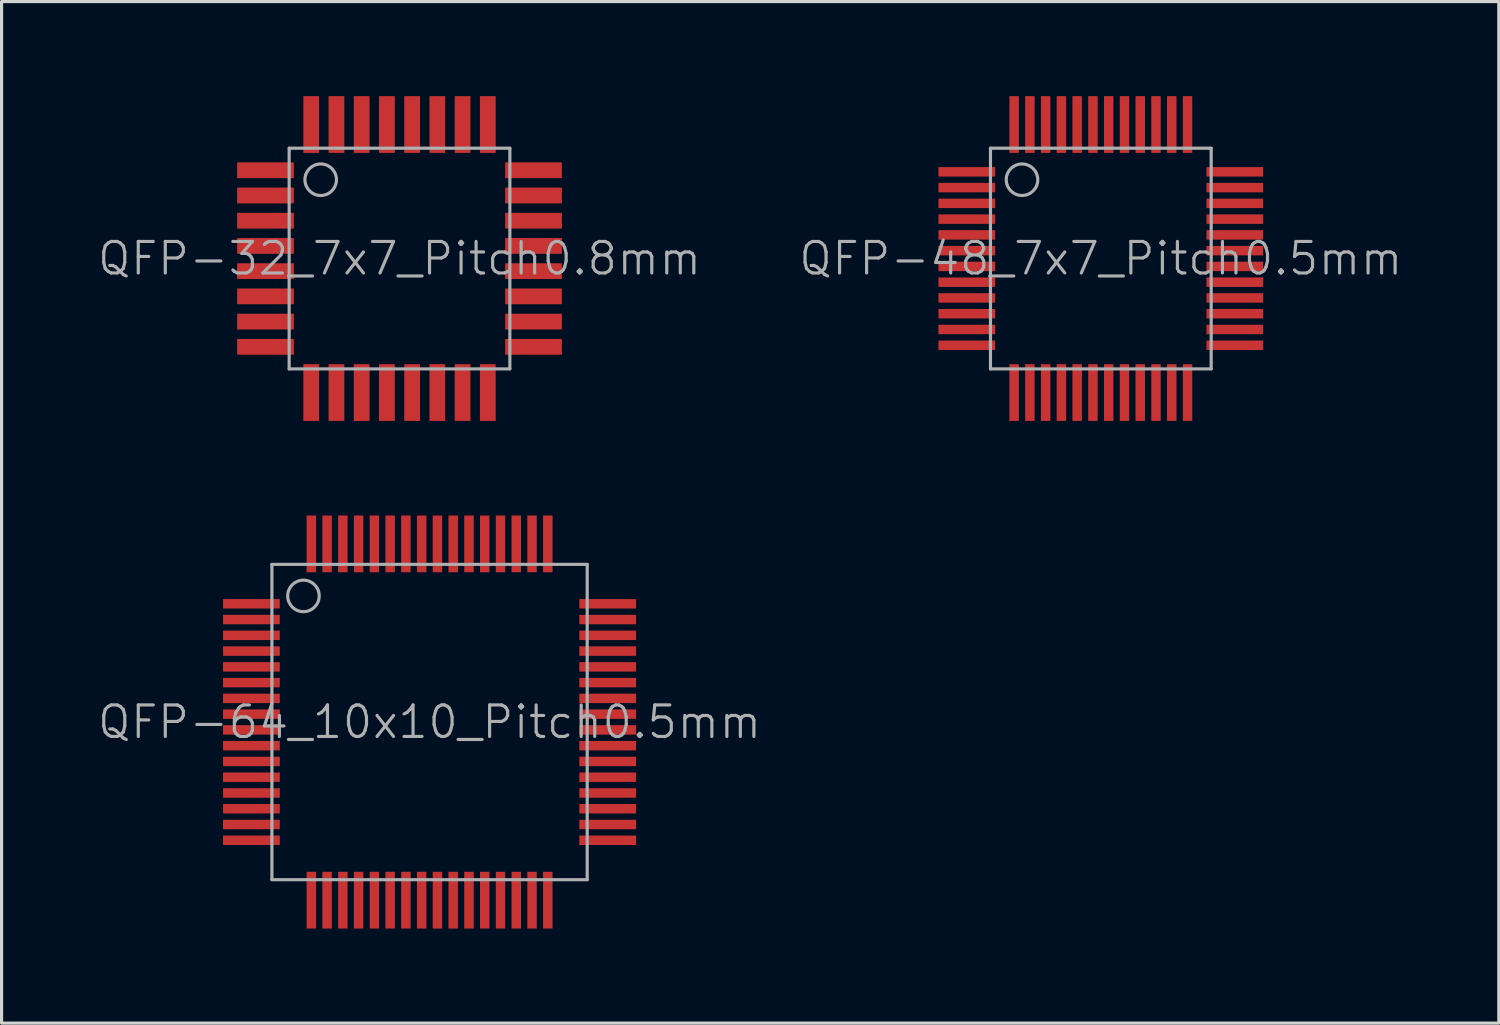
<source format=kicad_pcb>
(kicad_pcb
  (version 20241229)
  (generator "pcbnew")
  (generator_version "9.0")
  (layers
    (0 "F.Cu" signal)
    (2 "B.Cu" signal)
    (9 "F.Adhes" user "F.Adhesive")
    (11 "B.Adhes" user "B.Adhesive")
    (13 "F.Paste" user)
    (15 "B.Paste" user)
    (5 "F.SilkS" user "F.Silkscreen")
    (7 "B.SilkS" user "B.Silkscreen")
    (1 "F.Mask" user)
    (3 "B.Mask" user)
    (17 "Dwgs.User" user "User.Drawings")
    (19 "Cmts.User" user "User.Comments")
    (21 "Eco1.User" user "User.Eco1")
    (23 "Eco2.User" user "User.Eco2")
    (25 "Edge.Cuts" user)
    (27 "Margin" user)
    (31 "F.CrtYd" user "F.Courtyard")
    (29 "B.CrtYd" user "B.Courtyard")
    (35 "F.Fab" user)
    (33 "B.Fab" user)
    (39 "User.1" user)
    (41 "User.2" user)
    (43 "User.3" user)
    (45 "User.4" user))
  (footprint "QFP-32_7x7_Pitch0.8mm"
    (layer "F.Cu")
    (at 9.621 5.15)
    (property "Reference" "QFP-32_7x7_Pitch0.8mm" (at 0 0 0) (layer "F.Fab") (effects (font (size 1 1) (thickness 0.1))))
    (attr smd)
    (fp_line (start -3.5 -3.5) (end -3.5 3.5) (stroke (width 0.1) (type default)) (layer "F.Fab"))
    (fp_line (start -3.5 3.5) (end 3.5 3.5) (stroke (width 0.1) (type default)) (layer "F.Fab"))
    (fp_line (start 3.5 -3.5) (end -3.5 -3.5) (stroke (width 0.1) (type default)) (layer "F.Fab"))
    (fp_line (start 3.5 3.5) (end 3.5 -3.5) (stroke (width 0.1) (type default)) (layer "F.Fab"))
    (fp_circle (center -2.5 -2.5) (end -2 -2.5) (stroke (width 0.1) (type default)) (fill no) (layer "F.Fab"))
    (pad "1" smd rect (at -4.25 -2.8 90) (size 0.5 1.8) (layers "F.Cu" "F.Mask" "F.Paste"))
    (pad "2" smd rect (at -4.25 -2 90) (size 0.5 1.8) (layers "F.Cu" "F.Mask" "F.Paste"))
    (pad "3" smd rect (at -4.25 -1.2 90) (size 0.5 1.8) (layers "F.Cu" "F.Mask" "F.Paste"))
    (pad "4" smd rect (at -4.25 -0.4 90) (size 0.5 1.8) (layers "F.Cu" "F.Mask" "F.Paste"))
    (pad "5" smd rect (at -4.25 0.4 90) (size 0.5 1.8) (layers "F.Cu" "F.Mask" "F.Paste"))
    (pad "6" smd rect (at -4.25 1.2 90) (size 0.5 1.8) (layers "F.Cu" "F.Mask" "F.Paste"))
    (pad "7" smd rect (at -4.25 2 90) (size 0.5 1.8) (layers "F.Cu" "F.Mask" "F.Paste"))
    (pad "8" smd rect (at -4.25 2.8 90) (size 0.5 1.8) (layers "F.Cu" "F.Mask" "F.Paste"))
    (pad "9" smd rect (at -2.8 4.25) (size 0.5 1.8) (layers "F.Cu" "F.Mask" "F.Paste"))
    (pad "10" smd rect (at -2 4.25) (size 0.5 1.8) (layers "F.Cu" "F.Mask" "F.Paste"))
    (pad "11" smd rect (at -1.2 4.25) (size 0.5 1.8) (layers "F.Cu" "F.Mask" "F.Paste"))
    (pad "12" smd rect (at -0.4 4.25) (size 0.5 1.8) (layers "F.Cu" "F.Mask" "F.Paste"))
    (pad "13" smd rect (at 0.4 4.25) (size 0.5 1.8) (layers "F.Cu" "F.Mask" "F.Paste"))
    (pad "14" smd rect (at 1.2 4.25) (size 0.5 1.8) (layers "F.Cu" "F.Mask" "F.Paste"))
    (pad "15" smd rect (at 2 4.25) (size 0.5 1.8) (layers "F.Cu" "F.Mask" "F.Paste"))
    (pad "16" smd rect (at 2.8 4.25) (size 0.5 1.8) (layers "F.Cu" "F.Mask" "F.Paste"))
    (pad "17" smd rect (at 4.25 2.8 90) (size 0.5 1.8) (layers "F.Cu" "F.Mask" "F.Paste"))
    (pad "18" smd rect (at 4.25 2 90) (size 0.5 1.8) (layers "F.Cu" "F.Mask" "F.Paste"))
    (pad "19" smd rect (at 4.25 1.2 90) (size 0.5 1.8) (layers "F.Cu" "F.Mask" "F.Paste"))
    (pad "20" smd rect (at 4.25 0.4 90) (size 0.5 1.8) (layers "F.Cu" "F.Mask" "F.Paste"))
    (pad "21" smd rect (at 4.25 -0.4 90) (size 0.5 1.8) (layers "F.Cu" "F.Mask" "F.Paste"))
    (pad "22" smd rect (at 4.25 -1.2 90) (size 0.5 1.8) (layers "F.Cu" "F.Mask" "F.Paste"))
    (pad "23" smd rect (at 4.25 -2 90) (size 0.5 1.8) (layers "F.Cu" "F.Mask" "F.Paste"))
    (pad "24" smd rect (at 4.25 -2.8 90) (size 0.5 1.8) (layers "F.Cu" "F.Mask" "F.Paste"))
    (pad "25" smd rect (at 2.8 -4.25) (size 0.5 1.8) (layers "F.Cu" "F.Mask" "F.Paste"))
    (pad "26" smd rect (at 2 -4.25) (size 0.5 1.8) (layers "F.Cu" "F.Mask" "F.Paste"))
    (pad "27" smd rect (at 1.2 -4.25) (size 0.5 1.8) (layers "F.Cu" "F.Mask" "F.Paste"))
    (pad "28" smd rect (at 0.4 -4.25) (size 0.5 1.8) (layers "F.Cu" "F.Mask" "F.Paste"))
    (pad "29" smd rect (at -0.4 -4.25) (size 0.5 1.8) (layers "F.Cu" "F.Mask" "F.Paste"))
    (pad "30" smd rect (at -1.2 -4.25) (size 0.5 1.8) (layers "F.Cu" "F.Mask" "F.Paste"))
    (pad "31" smd rect (at -2 -4.25) (size 0.5 1.8) (layers "F.Cu" "F.Mask" "F.Paste"))
    (pad "32" smd rect (at -2.8 -4.25) (size 0.5 1.8) (layers "F.Cu" "F.Mask" "F.Paste")))
  (footprint "QFP-48_7x7_Pitch0.5mm"
    (layer "F.Cu")
    (at 31.864 5.15)
    (property "Reference" "QFP-48_7x7_Pitch0.5mm" (at 0 0 0) (layer "F.Fab") (effects (font (size 1 1) (thickness 0.1))))
    (attr smd)
    (fp_line (start -3.5 -3.5) (end -3.5 3.5) (stroke (width 0.1) (type default)) (layer "F.Fab"))
    (fp_line (start -3.5 3.5) (end 3.5 3.5) (stroke (width 0.1) (type default)) (layer "F.Fab"))
    (fp_line (start 3.5 -3.5) (end -3.5 -3.5) (stroke (width 0.1) (type default)) (layer "F.Fab"))
    (fp_line (start 3.5 3.5) (end 3.5 -3.5) (stroke (width 0.1) (type default)) (layer "F.Fab"))
    (fp_circle (center -2.5 -2.5) (end -2 -2.5) (stroke (width 0.1) (type default)) (fill no) (layer "F.Fab"))
    (pad "1" smd rect (at -4.25 -2.75 90) (size 0.3 1.8) (layers "F.Cu" "F.Mask" "F.Paste"))
    (pad "2" smd rect (at -4.25 -2.25 90) (size 0.3 1.8) (layers "F.Cu" "F.Mask" "F.Paste"))
    (pad "3" smd rect (at -4.25 -1.75 90) (size 0.3 1.8) (layers "F.Cu" "F.Mask" "F.Paste"))
    (pad "4" smd rect (at -4.25 -1.25 90) (size 0.3 1.8) (layers "F.Cu" "F.Mask" "F.Paste"))
    (pad "5" smd rect (at -4.25 -0.75 90) (size 0.3 1.8) (layers "F.Cu" "F.Mask" "F.Paste"))
    (pad "6" smd rect (at -4.25 -0.25 90) (size 0.3 1.8) (layers "F.Cu" "F.Mask" "F.Paste"))
    (pad "7" smd rect (at -4.25 0.25 90) (size 0.3 1.8) (layers "F.Cu" "F.Mask" "F.Paste"))
    (pad "8" smd rect (at -4.25 0.75 90) (size 0.3 1.8) (layers "F.Cu" "F.Mask" "F.Paste"))
    (pad "9" smd rect (at -4.25 1.25 90) (size 0.3 1.8) (layers "F.Cu" "F.Mask" "F.Paste"))
    (pad "10" smd rect (at -4.25 1.75 90) (size 0.3 1.8) (layers "F.Cu" "F.Mask" "F.Paste"))
    (pad "11" smd rect (at -4.25 2.25 90) (size 0.3 1.8) (layers "F.Cu" "F.Mask" "F.Paste"))
    (pad "12" smd rect (at -4.25 2.75 90) (size 0.3 1.8) (layers "F.Cu" "F.Mask" "F.Paste"))
    (pad "13" smd rect (at -2.75 4.25) (size 0.3 1.8) (layers "F.Cu" "F.Mask" "F.Paste"))
    (pad "14" smd rect (at -2.25 4.25) (size 0.3 1.8) (layers "F.Cu" "F.Mask" "F.Paste"))
    (pad "15" smd rect (at -1.75 4.25) (size 0.3 1.8) (layers "F.Cu" "F.Mask" "F.Paste"))
    (pad "16" smd rect (at -1.25 4.25) (size 0.3 1.8) (layers "F.Cu" "F.Mask" "F.Paste"))
    (pad "17" smd rect (at -0.75 4.25) (size 0.3 1.8) (layers "F.Cu" "F.Mask" "F.Paste"))
    (pad "18" smd rect (at -0.25 4.25) (size 0.3 1.8) (layers "F.Cu" "F.Mask" "F.Paste"))
    (pad "19" smd rect (at 0.25 4.25) (size 0.3 1.8) (layers "F.Cu" "F.Mask" "F.Paste"))
    (pad "20" smd rect (at 0.75 4.25) (size 0.3 1.8) (layers "F.Cu" "F.Mask" "F.Paste"))
    (pad "21" smd rect (at 1.25 4.25) (size 0.3 1.8) (layers "F.Cu" "F.Mask" "F.Paste"))
    (pad "22" smd rect (at 1.75 4.25) (size 0.3 1.8) (layers "F.Cu" "F.Mask" "F.Paste"))
    (pad "23" smd rect (at 2.25 4.25) (size 0.3 1.8) (layers "F.Cu" "F.Mask" "F.Paste"))
    (pad "24" smd rect (at 2.75 4.25) (size 0.3 1.8) (layers "F.Cu" "F.Mask" "F.Paste"))
    (pad "25" smd rect (at 4.25 2.75 90) (size 0.3 1.8) (layers "F.Cu" "F.Mask" "F.Paste"))
    (pad "26" smd rect (at 4.25 2.25 90) (size 0.3 1.8) (layers "F.Cu" "F.Mask" "F.Paste"))
    (pad "27" smd rect (at 4.25 1.75 90) (size 0.3 1.8) (layers "F.Cu" "F.Mask" "F.Paste"))
    (pad "28" smd rect (at 4.25 1.25 90) (size 0.3 1.8) (layers "F.Cu" "F.Mask" "F.Paste"))
    (pad "29" smd rect (at 4.25 0.75 90) (size 0.3 1.8) (layers "F.Cu" "F.Mask" "F.Paste"))
    (pad "30" smd rect (at 4.25 0.25 90) (size 0.3 1.8) (layers "F.Cu" "F.Mask" "F.Paste"))
    (pad "31" smd rect (at 4.25 -0.25 90) (size 0.3 1.8) (layers "F.Cu" "F.Mask" "F.Paste"))
    (pad "32" smd rect (at 4.25 -0.75 90) (size 0.3 1.8) (layers "F.Cu" "F.Mask" "F.Paste"))
    (pad "33" smd rect (at 4.25 -1.25 90) (size 0.3 1.8) (layers "F.Cu" "F.Mask" "F.Paste"))
    (pad "34" smd rect (at 4.25 -1.75 90) (size 0.3 1.8) (layers "F.Cu" "F.Mask" "F.Paste"))
    (pad "35" smd rect (at 4.25 -2.25 90) (size 0.3 1.8) (layers "F.Cu" "F.Mask" "F.Paste"))
    (pad "36" smd rect (at 4.25 -2.75 90) (size 0.3 1.8) (layers "F.Cu" "F.Mask" "F.Paste"))
    (pad "37" smd rect (at 2.75 -4.25) (size 0.3 1.8) (layers "F.Cu" "F.Mask" "F.Paste"))
    (pad "38" smd rect (at 2.25 -4.25) (size 0.3 1.8) (layers "F.Cu" "F.Mask" "F.Paste"))
    (pad "39" smd rect (at 1.75 -4.25) (size 0.3 1.8) (layers "F.Cu" "F.Mask" "F.Paste"))
    (pad "40" smd rect (at 1.25 -4.25) (size 0.3 1.8) (layers "F.Cu" "F.Mask" "F.Paste"))
    (pad "41" smd rect (at 0.75 -4.25) (size 0.3 1.8) (layers "F.Cu" "F.Mask" "F.Paste"))
    (pad "42" smd rect (at 0.25 -4.25) (size 0.3 1.8) (layers "F.Cu" "F.Mask" "F.Paste"))
    (pad "43" smd rect (at -0.25 -4.25) (size 0.3 1.8) (layers "F.Cu" "F.Mask" "F.Paste"))
    (pad "44" smd rect (at -0.75 -4.25) (size 0.3 1.8) (layers "F.Cu" "F.Mask" "F.Paste"))
    (pad "45" smd rect (at -1.25 -4.25) (size 0.3 1.8) (layers "F.Cu" "F.Mask" "F.Paste"))
    (pad "46" smd rect (at -1.75 -4.25) (size 0.3 1.8) (layers "F.Cu" "F.Mask" "F.Paste"))
    (pad "47" smd rect (at -2.25 -4.25) (size 0.3 1.8) (layers "F.Cu" "F.Mask" "F.Paste"))
    (pad "48" smd rect (at -2.75 -4.25) (size 0.3 1.8) (layers "F.Cu" "F.Mask" "F.Paste")))
  (footprint "QFP-64_10x10_Pitch0.5mm"
    (layer "F.Cu")
    (at 10.574 19.85)
    (property "Reference" "QFP-64_10x10_Pitch0.5mm" (at 0 0 0) (layer "F.Fab") (effects (font (size 1 1) (thickness 0.1))))
    (attr smd)
    (fp_line (start -5 -5) (end -5 5) (stroke (width 0.1) (type default)) (layer "F.Fab"))
    (fp_line (start -5 5) (end 5 5) (stroke (width 0.1) (type default)) (layer "F.Fab"))
    (fp_line (start 5 -5) (end -5 -5) (stroke (width 0.1) (type default)) (layer "F.Fab"))
    (fp_line (start 5 5) (end 5 -5) (stroke (width 0.1) (type default)) (layer "F.Fab"))
    (fp_circle (center -4 -4) (end -3.5 -4) (stroke (width 0.1) (type default)) (fill no) (layer "F.Fab"))
    (pad "1" smd rect (at -5.65 -3.75 90) (size 0.3 1.8) (layers "F.Cu" "F.Mask" "F.Paste"))
    (pad "2" smd rect (at -5.65 -3.25 90) (size 0.3 1.8) (layers "F.Cu" "F.Mask" "F.Paste"))
    (pad "3" smd rect (at -5.65 -2.75 90) (size 0.3 1.8) (layers "F.Cu" "F.Mask" "F.Paste"))
    (pad "4" smd rect (at -5.65 -2.25 90) (size 0.3 1.8) (layers "F.Cu" "F.Mask" "F.Paste"))
    (pad "5" smd rect (at -5.65 -1.75 90) (size 0.3 1.8) (layers "F.Cu" "F.Mask" "F.Paste"))
    (pad "6" smd rect (at -5.65 -1.25 90) (size 0.3 1.8) (layers "F.Cu" "F.Mask" "F.Paste"))
    (pad "7" smd rect (at -5.65 -0.75 90) (size 0.3 1.8) (layers "F.Cu" "F.Mask" "F.Paste"))
    (pad "8" smd rect (at -5.65 -0.25 90) (size 0.3 1.8) (layers "F.Cu" "F.Mask" "F.Paste"))
    (pad "9" smd rect (at -5.65 0.25 90) (size 0.3 1.8) (layers "F.Cu" "F.Mask" "F.Paste"))
    (pad "10" smd rect (at -5.65 0.75 90) (size 0.3 1.8) (layers "F.Cu" "F.Mask" "F.Paste"))
    (pad "11" smd rect (at -5.65 1.25 90) (size 0.3 1.8) (layers "F.Cu" "F.Mask" "F.Paste"))
    (pad "12" smd rect (at -5.65 1.75 90) (size 0.3 1.8) (layers "F.Cu" "F.Mask" "F.Paste"))
    (pad "13" smd rect (at -5.65 2.25 90) (size 0.3 1.8) (layers "F.Cu" "F.Mask" "F.Paste"))
    (pad "14" smd rect (at -5.65 2.75 90) (size 0.3 1.8) (layers "F.Cu" "F.Mask" "F.Paste"))
    (pad "15" smd rect (at -5.65 3.25 90) (size 0.3 1.8) (layers "F.Cu" "F.Mask" "F.Paste"))
    (pad "16" smd rect (at -5.65 3.75 90) (size 0.3 1.8) (layers "F.Cu" "F.Mask" "F.Paste"))
    (pad "17" smd rect (at -3.75 5.65) (size 0.3 1.8) (layers "F.Cu" "F.Mask" "F.Paste"))
    (pad "18" smd rect (at -3.25 5.65) (size 0.3 1.8) (layers "F.Cu" "F.Mask" "F.Paste"))
    (pad "19" smd rect (at -2.75 5.65) (size 0.3 1.8) (layers "F.Cu" "F.Mask" "F.Paste"))
    (pad "20" smd rect (at -2.25 5.65) (size 0.3 1.8) (layers "F.Cu" "F.Mask" "F.Paste"))
    (pad "21" smd rect (at -1.75 5.65) (size 0.3 1.8) (layers "F.Cu" "F.Mask" "F.Paste"))
    (pad "22" smd rect (at -1.25 5.65) (size 0.3 1.8) (layers "F.Cu" "F.Mask" "F.Paste"))
    (pad "23" smd rect (at -0.75 5.65) (size 0.3 1.8) (layers "F.Cu" "F.Mask" "F.Paste"))
    (pad "24" smd rect (at -0.25 5.65) (size 0.3 1.8) (layers "F.Cu" "F.Mask" "F.Paste"))
    (pad "25" smd rect (at 0.25 5.65) (size 0.3 1.8) (layers "F.Cu" "F.Mask" "F.Paste"))
    (pad "26" smd rect (at 0.75 5.65) (size 0.3 1.8) (layers "F.Cu" "F.Mask" "F.Paste"))
    (pad "27" smd rect (at 1.25 5.65) (size 0.3 1.8) (layers "F.Cu" "F.Mask" "F.Paste"))
    (pad "28" smd rect (at 1.75 5.65) (size 0.3 1.8) (layers "F.Cu" "F.Mask" "F.Paste"))
    (pad "29" smd rect (at 2.25 5.65) (size 0.3 1.8) (layers "F.Cu" "F.Mask" "F.Paste"))
    (pad "30" smd rect (at 2.75 5.65) (size 0.3 1.8) (layers "F.Cu" "F.Mask" "F.Paste"))
    (pad "31" smd rect (at 3.25 5.65) (size 0.3 1.8) (layers "F.Cu" "F.Mask" "F.Paste"))
    (pad "32" smd rect (at 3.75 5.65) (size 0.3 1.8) (layers "F.Cu" "F.Mask" "F.Paste"))
    (pad "33" smd rect (at 5.65 3.75 90) (size 0.3 1.8) (layers "F.Cu" "F.Mask" "F.Paste"))
    (pad "34" smd rect (at 5.65 3.25 90) (size 0.3 1.8) (layers "F.Cu" "F.Mask" "F.Paste"))
    (pad "35" smd rect (at 5.65 2.75 90) (size 0.3 1.8) (layers "F.Cu" "F.Mask" "F.Paste"))
    (pad "36" smd rect (at 5.65 2.25 90) (size 0.3 1.8) (layers "F.Cu" "F.Mask" "F.Paste"))
    (pad "37" smd rect (at 5.65 1.75 90) (size 0.3 1.8) (layers "F.Cu" "F.Mask" "F.Paste"))
    (pad "38" smd rect (at 5.65 1.25 90) (size 0.3 1.8) (layers "F.Cu" "F.Mask" "F.Paste"))
    (pad "39" smd rect (at 5.65 0.75 90) (size 0.3 1.8) (layers "F.Cu" "F.Mask" "F.Paste"))
    (pad "40" smd rect (at 5.65 0.25 90) (size 0.3 1.8) (layers "F.Cu" "F.Mask" "F.Paste"))
    (pad "41" smd rect (at 5.65 -0.25 90) (size 0.3 1.8) (layers "F.Cu" "F.Mask" "F.Paste"))
    (pad "42" smd rect (at 5.65 -0.75 90) (size 0.3 1.8) (layers "F.Cu" "F.Mask" "F.Paste"))
    (pad "43" smd rect (at 5.65 -1.25 90) (size 0.3 1.8) (layers "F.Cu" "F.Mask" "F.Paste"))
    (pad "44" smd rect (at 5.65 -1.75 90) (size 0.3 1.8) (layers "F.Cu" "F.Mask" "F.Paste"))
    (pad "45" smd rect (at 5.65 -2.25 90) (size 0.3 1.8) (layers "F.Cu" "F.Mask" "F.Paste"))
    (pad "46" smd rect (at 5.65 -2.75 90) (size 0.3 1.8) (layers "F.Cu" "F.Mask" "F.Paste"))
    (pad "47" smd rect (at 5.65 -3.25 90) (size 0.3 1.8) (layers "F.Cu" "F.Mask" "F.Paste"))
    (pad "48" smd rect (at 5.65 -3.75 90) (size 0.3 1.8) (layers "F.Cu" "F.Mask" "F.Paste"))
    (pad "49" smd rect (at 3.75 -5.65) (size 0.3 1.8) (layers "F.Cu" "F.Mask" "F.Paste"))
    (pad "50" smd rect (at 3.25 -5.65) (size 0.3 1.8) (layers "F.Cu" "F.Mask" "F.Paste"))
    (pad "51" smd rect (at 2.75 -5.65) (size 0.3 1.8) (layers "F.Cu" "F.Mask" "F.Paste"))
    (pad "52" smd rect (at 2.25 -5.65) (size 0.3 1.8) (layers "F.Cu" "F.Mask" "F.Paste"))
    (pad "53" smd rect (at 1.75 -5.65) (size 0.3 1.8) (layers "F.Cu" "F.Mask" "F.Paste"))
    (pad "54" smd rect (at 1.25 -5.65) (size 0.3 1.8) (layers "F.Cu" "F.Mask" "F.Paste"))
    (pad "55" smd rect (at 0.75 -5.65) (size 0.3 1.8) (layers "F.Cu" "F.Mask" "F.Paste"))
    (pad "56" smd rect (at 0.25 -5.65) (size 0.3 1.8) (layers "F.Cu" "F.Mask" "F.Paste"))
    (pad "57" smd rect (at -0.25 -5.65) (size 0.3 1.8) (layers "F.Cu" "F.Mask" "F.Paste"))
    (pad "58" smd rect (at -0.75 -5.65) (size 0.3 1.8) (layers "F.Cu" "F.Mask" "F.Paste"))
    (pad "59" smd rect (at -1.25 -5.65) (size 0.3 1.8) (layers "F.Cu" "F.Mask" "F.Paste"))
    (pad "60" smd rect (at -1.75 -5.65) (size 0.3 1.8) (layers "F.Cu" "F.Mask" "F.Paste"))
    (pad "61" smd rect (at -2.25 -5.65) (size 0.3 1.8) (layers "F.Cu" "F.Mask" "F.Paste"))
    (pad "62" smd rect (at -2.75 -5.65) (size 0.3 1.8) (layers "F.Cu" "F.Mask" "F.Paste"))
    (pad "63" smd rect (at -3.25 -5.65) (size 0.3 1.8) (layers "F.Cu" "F.Mask" "F.Paste"))
    (pad "64" smd rect (at -3.75 -5.65) (size 0.3 1.8) (layers "F.Cu" "F.Mask" "F.Paste")))
  (gr_rect
    (start -3 -3)
    (end 44.486 29.4)
    (stroke (width 0.1) (type default))
    (fill no)
    (layer "Edge.Cuts")))
</source>
